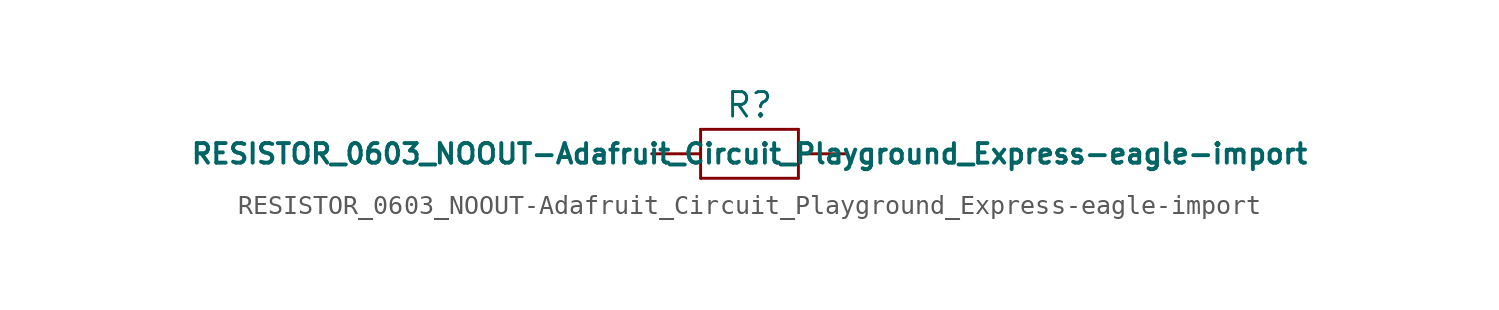
<source format=kicad_sym>
(kicad_symbol_lib
  (version 20220914)
  (generator kicad_symbol_editor)
  (symbol "RESISTOR_0603_NOOUT-Adafruit_Circuit_Playground_Express-eagle-import"
    (pin_names
      (offset 1.016))
    (property "Reference" "R"
      (at 0 2.54 0)
      (effects (font (size 1.27 1.27))))
    (property "Value" "RESISTOR_0603_NOOUT-Adafruit_Circuit_Playground_Express-eagle-import"
      (at 0 0 0)
      (effects (font (size 1.016 1.016) bold)))
    (property "ki_locked" ""
      (at 0 0 0)
      (effects (font (size 1.27 1.27))))
    (symbol "RESISTOR_0603_NOOUT-Adafruit_Circuit_Playground_Express-eagle-import_1_0"
      (polyline (pts (xy -2.54 -1.27) (xy -2.54 1.27)) (stroke (width 0) (type solid)) (fill (type none)))
      (polyline (pts (xy -2.54 1.27) (xy 2.54 1.27)) (stroke (width 0) (type solid)) (fill (type none)))
      (polyline (pts (xy 2.54 -1.27) (xy -2.54 -1.27)) (stroke (width 0) (type solid)) (fill (type none)))
      (polyline (pts (xy 2.54 1.27) (xy 2.54 -1.27)) (stroke (width 0) (type solid)) (fill (type none)))
      (pin passive line (at -5.08 0 0) (length 2.54) (name "1" (effects (font (size 0 0)))) (number "1" (effects (font (size 0 0)))))
      (pin passive line (at 5.08 0 180) (length 2.54) (name "2" (effects (font (size 0 0)))) (number "2" (effects (font (size 0 0))))))))
</source>
